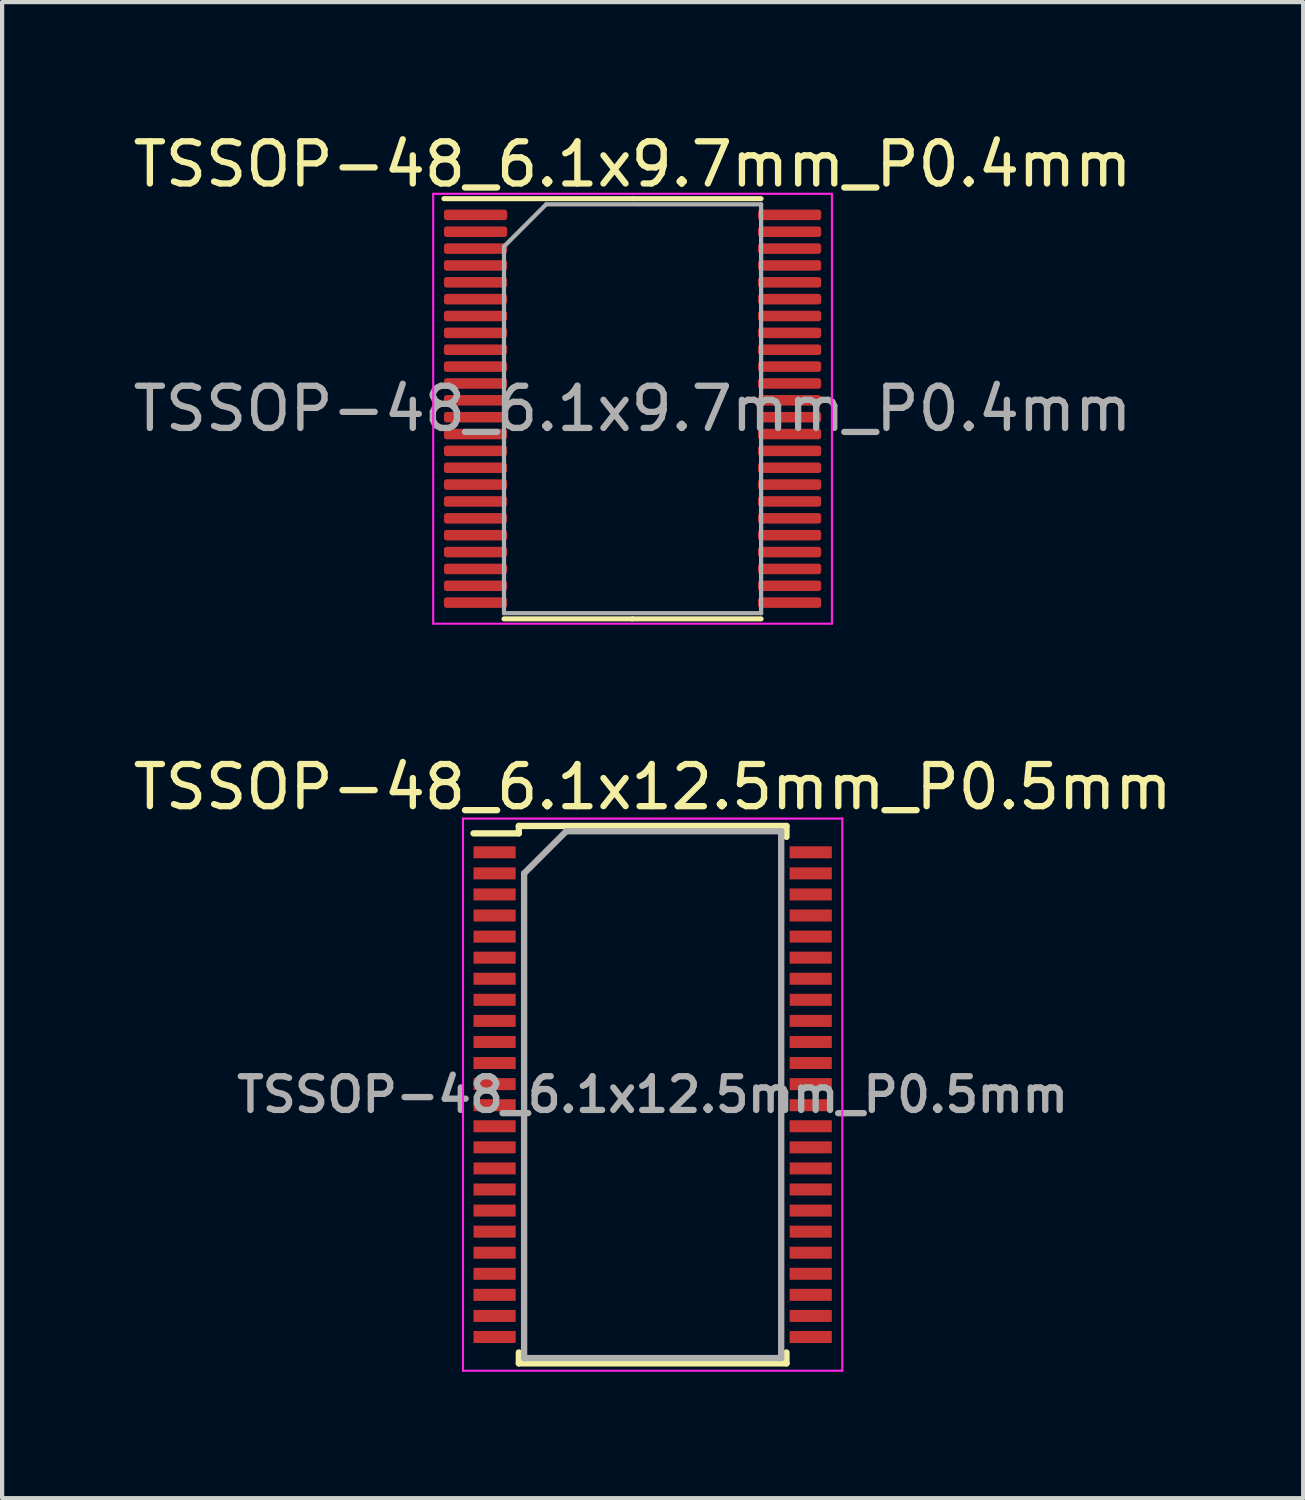
<source format=kicad_pcb>
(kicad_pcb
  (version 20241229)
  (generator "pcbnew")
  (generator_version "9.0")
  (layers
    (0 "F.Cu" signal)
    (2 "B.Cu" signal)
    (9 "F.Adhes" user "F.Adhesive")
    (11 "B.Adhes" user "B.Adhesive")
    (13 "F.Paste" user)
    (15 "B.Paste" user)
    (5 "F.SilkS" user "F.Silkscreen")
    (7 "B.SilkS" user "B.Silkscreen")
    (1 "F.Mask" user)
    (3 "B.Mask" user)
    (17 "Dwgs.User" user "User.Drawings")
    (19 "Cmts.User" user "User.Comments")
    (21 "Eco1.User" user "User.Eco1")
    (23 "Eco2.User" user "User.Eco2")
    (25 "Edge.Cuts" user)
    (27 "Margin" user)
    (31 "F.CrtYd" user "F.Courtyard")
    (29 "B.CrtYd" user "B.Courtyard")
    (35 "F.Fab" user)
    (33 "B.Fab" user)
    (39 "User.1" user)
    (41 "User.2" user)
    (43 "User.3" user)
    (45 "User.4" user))
  (footprint "TSSOP-48_6.1x9.7mm_P0.4mm"
    (layer "F.Cu")
    (at 11.958 6.648)
    (property "Reference" "TSSOP-48_6.1x9.7mm_P0.4mm" (at 0 -5.8 0) (layer "F.SilkS") (effects (font (size 1 1) (thickness 0.15))))
    (attr smd)
    (fp_line (start 0 -4.985) (end -4.475 -4.985) (stroke (width 0.12) (type solid)) (layer "F.SilkS"))
    (fp_line (start 0 -4.985) (end 3.05 -4.985) (stroke (width 0.12) (type solid)) (layer "F.SilkS"))
    (fp_line (start 0 4.985) (end -3.05 4.985) (stroke (width 0.12) (type solid)) (layer "F.SilkS"))
    (fp_line (start 0 4.985) (end 3.05 4.985) (stroke (width 0.12) (type solid)) (layer "F.SilkS"))
    (fp_line (start -4.73 -5.1) (end -4.73 5.1) (stroke (width 0.05) (type solid)) (layer "F.CrtYd"))
    (fp_line (start -4.73 5.1) (end 4.73 5.1) (stroke (width 0.05) (type solid)) (layer "F.CrtYd"))
    (fp_line (start 4.73 -5.1) (end -4.73 -5.1) (stroke (width 0.05) (type solid)) (layer "F.CrtYd"))
    (fp_line (start 4.73 5.1) (end 4.73 -5.1) (stroke (width 0.05) (type solid)) (layer "F.CrtYd"))
    (fp_line (start -3.05 -3.85) (end -2.05 -4.85) (stroke (width 0.1) (type solid)) (layer "F.Fab"))
    (fp_line (start -3.05 4.85) (end -3.05 -3.85) (stroke (width 0.1) (type solid)) (layer "F.Fab"))
    (fp_line (start -2.05 -4.85) (end 3.05 -4.85) (stroke (width 0.1) (type solid)) (layer "F.Fab"))
    (fp_line (start 3.05 -4.85) (end 3.05 4.85) (stroke (width 0.1) (type solid)) (layer "F.Fab"))
    (fp_line (start 3.05 4.85) (end -3.05 4.85) (stroke (width 0.1) (type solid)) (layer "F.Fab"))
    (fp_text user "${REFERENCE}" (at 0 0 0) (layer "F.Fab") (effects (font (size 1 1) (thickness 0.15))))
    (pad "1" smd roundrect (at -3.725 -4.6) (size 1.5 0.25) (layers "F.Cu" "F.Mask" "F.Paste") (roundrect_rratio 0.25))
    (pad "2" smd roundrect (at -3.725 -4.2) (size 1.5 0.25) (layers "F.Cu" "F.Mask" "F.Paste") (roundrect_rratio 0.25))
    (pad "3" smd roundrect (at -3.725 -3.8) (size 1.5 0.25) (layers "F.Cu" "F.Mask" "F.Paste") (roundrect_rratio 0.25))
    (pad "4" smd roundrect (at -3.725 -3.4) (size 1.5 0.25) (layers "F.Cu" "F.Mask" "F.Paste") (roundrect_rratio 0.25))
    (pad "5" smd roundrect (at -3.725 -3) (size 1.5 0.25) (layers "F.Cu" "F.Mask" "F.Paste") (roundrect_rratio 0.25))
    (pad "6" smd roundrect (at -3.725 -2.6) (size 1.5 0.25) (layers "F.Cu" "F.Mask" "F.Paste") (roundrect_rratio 0.25))
    (pad "7" smd roundrect (at -3.725 -2.2) (size 1.5 0.25) (layers "F.Cu" "F.Mask" "F.Paste") (roundrect_rratio 0.25))
    (pad "8" smd roundrect (at -3.725 -1.8) (size 1.5 0.25) (layers "F.Cu" "F.Mask" "F.Paste") (roundrect_rratio 0.25))
    (pad "9" smd roundrect (at -3.725 -1.4) (size 1.5 0.25) (layers "F.Cu" "F.Mask" "F.Paste") (roundrect_rratio 0.25))
    (pad "10" smd roundrect (at -3.725 -1) (size 1.5 0.25) (layers "F.Cu" "F.Mask" "F.Paste") (roundrect_rratio 0.25))
    (pad "11" smd roundrect (at -3.725 -0.6) (size 1.5 0.25) (layers "F.Cu" "F.Mask" "F.Paste") (roundrect_rratio 0.25))
    (pad "12" smd roundrect (at -3.725 -0.2) (size 1.5 0.25) (layers "F.Cu" "F.Mask" "F.Paste") (roundrect_rratio 0.25))
    (pad "13" smd roundrect (at -3.725 0.2) (size 1.5 0.25) (layers "F.Cu" "F.Mask" "F.Paste") (roundrect_rratio 0.25))
    (pad "14" smd roundrect (at -3.725 0.6) (size 1.5 0.25) (layers "F.Cu" "F.Mask" "F.Paste") (roundrect_rratio 0.25))
    (pad "15" smd roundrect (at -3.725 1) (size 1.5 0.25) (layers "F.Cu" "F.Mask" "F.Paste") (roundrect_rratio 0.25))
    (pad "16" smd roundrect (at -3.725 1.4) (size 1.5 0.25) (layers "F.Cu" "F.Mask" "F.Paste") (roundrect_rratio 0.25))
    (pad "17" smd roundrect (at -3.725 1.8) (size 1.5 0.25) (layers "F.Cu" "F.Mask" "F.Paste") (roundrect_rratio 0.25))
    (pad "18" smd roundrect (at -3.725 2.2) (size 1.5 0.25) (layers "F.Cu" "F.Mask" "F.Paste") (roundrect_rratio 0.25))
    (pad "19" smd roundrect (at -3.725 2.6) (size 1.5 0.25) (layers "F.Cu" "F.Mask" "F.Paste") (roundrect_rratio 0.25))
    (pad "20" smd roundrect (at -3.725 3) (size 1.5 0.25) (layers "F.Cu" "F.Mask" "F.Paste") (roundrect_rratio 0.25))
    (pad "21" smd roundrect (at -3.725 3.4) (size 1.5 0.25) (layers "F.Cu" "F.Mask" "F.Paste") (roundrect_rratio 0.25))
    (pad "22" smd roundrect (at -3.725 3.8) (size 1.5 0.25) (layers "F.Cu" "F.Mask" "F.Paste") (roundrect_rratio 0.25))
    (pad "23" smd roundrect (at -3.725 4.2) (size 1.5 0.25) (layers "F.Cu" "F.Mask" "F.Paste") (roundrect_rratio 0.25))
    (pad "24" smd roundrect (at -3.725 4.6) (size 1.5 0.25) (layers "F.Cu" "F.Mask" "F.Paste") (roundrect_rratio 0.25))
    (pad "25" smd roundrect (at 3.725 4.6) (size 1.5 0.25) (layers "F.Cu" "F.Mask" "F.Paste") (roundrect_rratio 0.25))
    (pad "26" smd roundrect (at 3.725 4.2) (size 1.5 0.25) (layers "F.Cu" "F.Mask" "F.Paste") (roundrect_rratio 0.25))
    (pad "27" smd roundrect (at 3.725 3.8) (size 1.5 0.25) (layers "F.Cu" "F.Mask" "F.Paste") (roundrect_rratio 0.25))
    (pad "28" smd roundrect (at 3.725 3.4) (size 1.5 0.25) (layers "F.Cu" "F.Mask" "F.Paste") (roundrect_rratio 0.25))
    (pad "29" smd roundrect (at 3.725 3) (size 1.5 0.25) (layers "F.Cu" "F.Mask" "F.Paste") (roundrect_rratio 0.25))
    (pad "30" smd roundrect (at 3.725 2.6) (size 1.5 0.25) (layers "F.Cu" "F.Mask" "F.Paste") (roundrect_rratio 0.25))
    (pad "31" smd roundrect (at 3.725 2.2) (size 1.5 0.25) (layers "F.Cu" "F.Mask" "F.Paste") (roundrect_rratio 0.25))
    (pad "32" smd roundrect (at 3.725 1.8) (size 1.5 0.25) (layers "F.Cu" "F.Mask" "F.Paste") (roundrect_rratio 0.25))
    (pad "33" smd roundrect (at 3.725 1.4) (size 1.5 0.25) (layers "F.Cu" "F.Mask" "F.Paste") (roundrect_rratio 0.25))
    (pad "34" smd roundrect (at 3.725 1) (size 1.5 0.25) (layers "F.Cu" "F.Mask" "F.Paste") (roundrect_rratio 0.25))
    (pad "35" smd roundrect (at 3.725 0.6) (size 1.5 0.25) (layers "F.Cu" "F.Mask" "F.Paste") (roundrect_rratio 0.25))
    (pad "36" smd roundrect (at 3.725 0.2) (size 1.5 0.25) (layers "F.Cu" "F.Mask" "F.Paste") (roundrect_rratio 0.25))
    (pad "37" smd roundrect (at 3.725 -0.2) (size 1.5 0.25) (layers "F.Cu" "F.Mask" "F.Paste") (roundrect_rratio 0.25))
    (pad "38" smd roundrect (at 3.725 -0.6) (size 1.5 0.25) (layers "F.Cu" "F.Mask" "F.Paste") (roundrect_rratio 0.25))
    (pad "39" smd roundrect (at 3.725 -1) (size 1.5 0.25) (layers "F.Cu" "F.Mask" "F.Paste") (roundrect_rratio 0.25))
    (pad "40" smd roundrect (at 3.725 -1.4) (size 1.5 0.25) (layers "F.Cu" "F.Mask" "F.Paste") (roundrect_rratio 0.25))
    (pad "41" smd roundrect (at 3.725 -1.8) (size 1.5 0.25) (layers "F.Cu" "F.Mask" "F.Paste") (roundrect_rratio 0.25))
    (pad "42" smd roundrect (at 3.725 -2.2) (size 1.5 0.25) (layers "F.Cu" "F.Mask" "F.Paste") (roundrect_rratio 0.25))
    (pad "43" smd roundrect (at 3.725 -2.6) (size 1.5 0.25) (layers "F.Cu" "F.Mask" "F.Paste") (roundrect_rratio 0.25))
    (pad "44" smd roundrect (at 3.725 -3) (size 1.5 0.25) (layers "F.Cu" "F.Mask" "F.Paste") (roundrect_rratio 0.25))
    (pad "45" smd roundrect (at 3.725 -3.4) (size 1.5 0.25) (layers "F.Cu" "F.Mask" "F.Paste") (roundrect_rratio 0.25))
    (pad "46" smd roundrect (at 3.725 -3.8) (size 1.5 0.25) (layers "F.Cu" "F.Mask" "F.Paste") (roundrect_rratio 0.25))
    (pad "47" smd roundrect (at 3.725 -4.2) (size 1.5 0.25) (layers "F.Cu" "F.Mask" "F.Paste") (roundrect_rratio 0.25))
    (pad "48" smd roundrect (at 3.725 -4.6) (size 1.5 0.25) (layers "F.Cu" "F.Mask" "F.Paste") (roundrect_rratio 0.25)))
  (footprint "TSSOP-48_6.1x12.5mm_P0.5mm"
    (layer "F.Cu")
    (at 12.435 22.922)
    (property "Reference" "TSSOP-48_6.1x12.5mm_P0.5mm" (at 0 -7.3 0) (layer "F.SilkS") (effects (font (size 1 1) (thickness 0.15))))
    (attr smd)
    (fp_line (start -3.175 -6.375) (end -3.175 -6.2) (stroke (width 0.15) (type solid)) (layer "F.SilkS"))
    (fp_line (start -3.175 -6.375) (end 3.175 -6.375) (stroke (width 0.15) (type solid)) (layer "F.SilkS"))
    (fp_line (start -3.175 -6.2) (end -4.25 -6.2) (stroke (width 0.15) (type solid)) (layer "F.SilkS"))
    (fp_line (start -3.175 6.375) (end -3.175 6.117) (stroke (width 0.15) (type solid)) (layer "F.SilkS"))
    (fp_line (start -3.175 6.375) (end 3.175 6.375) (stroke (width 0.15) (type solid)) (layer "F.SilkS"))
    (fp_line (start 3.175 -6.375) (end 3.175 -6.117) (stroke (width 0.15) (type solid)) (layer "F.SilkS"))
    (fp_line (start 3.175 6.375) (end 3.175 6.117) (stroke (width 0.15) (type solid)) (layer "F.SilkS"))
    (fp_line (start -4.5 -6.55) (end -4.5 6.55) (stroke (width 0.05) (type solid)) (layer "F.CrtYd"))
    (fp_line (start -4.5 -6.55) (end 4.5 -6.55) (stroke (width 0.05) (type solid)) (layer "F.CrtYd"))
    (fp_line (start -4.5 6.55) (end 4.5 6.55) (stroke (width 0.05) (type solid)) (layer "F.CrtYd"))
    (fp_line (start 4.5 -6.55) (end 4.5 6.55) (stroke (width 0.05) (type solid)) (layer "F.CrtYd"))
    (fp_line (start -3.05 -5.25) (end -2.05 -6.25) (stroke (width 0.15) (type solid)) (layer "F.Fab"))
    (fp_line (start -3.05 6.25) (end -3.05 -5.25) (stroke (width 0.15) (type solid)) (layer "F.Fab"))
    (fp_line (start -2.05 -6.25) (end 3.05 -6.25) (stroke (width 0.15) (type solid)) (layer "F.Fab"))
    (fp_line (start 3.05 -6.25) (end 3.05 6.25) (stroke (width 0.15) (type solid)) (layer "F.Fab"))
    (fp_line (start 3.05 6.25) (end -3.05 6.25) (stroke (width 0.15) (type solid)) (layer "F.Fab"))
    (fp_text user "${REFERENCE}" (at 0 0 0) (layer "F.Fab") (effects (font (size 0.8 0.8) (thickness 0.15))))
    (pad "1" smd rect (at -3.75 -5.75) (size 1 0.285) (layers "F.Cu" "F.Mask" "F.Paste"))
    (pad "2" smd rect (at -3.75 -5.25) (size 1 0.285) (layers "F.Cu" "F.Mask" "F.Paste"))
    (pad "3" smd rect (at -3.75 -4.75) (size 1 0.285) (layers "F.Cu" "F.Mask" "F.Paste"))
    (pad "4" smd rect (at -3.75 -4.25) (size 1 0.285) (layers "F.Cu" "F.Mask" "F.Paste"))
    (pad "5" smd rect (at -3.75 -3.75) (size 1 0.285) (layers "F.Cu" "F.Mask" "F.Paste"))
    (pad "6" smd rect (at -3.75 -3.25) (size 1 0.285) (layers "F.Cu" "F.Mask" "F.Paste"))
    (pad "7" smd rect (at -3.75 -2.75) (size 1 0.285) (layers "F.Cu" "F.Mask" "F.Paste"))
    (pad "8" smd rect (at -3.75 -2.25) (size 1 0.285) (layers "F.Cu" "F.Mask" "F.Paste"))
    (pad "9" smd rect (at -3.75 -1.75) (size 1 0.285) (layers "F.Cu" "F.Mask" "F.Paste"))
    (pad "10" smd rect (at -3.75 -1.25) (size 1 0.285) (layers "F.Cu" "F.Mask" "F.Paste"))
    (pad "11" smd rect (at -3.75 -0.75) (size 1 0.285) (layers "F.Cu" "F.Mask" "F.Paste"))
    (pad "12" smd rect (at -3.75 -0.25) (size 1 0.285) (layers "F.Cu" "F.Mask" "F.Paste"))
    (pad "13" smd rect (at -3.75 0.25) (size 1 0.285) (layers "F.Cu" "F.Mask" "F.Paste"))
    (pad "14" smd rect (at -3.75 0.75) (size 1 0.285) (layers "F.Cu" "F.Mask" "F.Paste"))
    (pad "15" smd rect (at -3.75 1.25) (size 1 0.285) (layers "F.Cu" "F.Mask" "F.Paste"))
    (pad "16" smd rect (at -3.75 1.75) (size 1 0.285) (layers "F.Cu" "F.Mask" "F.Paste"))
    (pad "17" smd rect (at -3.75 2.25) (size 1 0.285) (layers "F.Cu" "F.Mask" "F.Paste"))
    (pad "18" smd rect (at -3.75 2.75) (size 1 0.285) (layers "F.Cu" "F.Mask" "F.Paste"))
    (pad "19" smd rect (at -3.75 3.25) (size 1 0.285) (layers "F.Cu" "F.Mask" "F.Paste"))
    (pad "20" smd rect (at -3.75 3.75) (size 1 0.285) (layers "F.Cu" "F.Mask" "F.Paste"))
    (pad "21" smd rect (at -3.75 4.25) (size 1 0.285) (layers "F.Cu" "F.Mask" "F.Paste"))
    (pad "22" smd rect (at -3.75 4.75) (size 1 0.285) (layers "F.Cu" "F.Mask" "F.Paste"))
    (pad "23" smd rect (at -3.75 5.25) (size 1 0.285) (layers "F.Cu" "F.Mask" "F.Paste"))
    (pad "24" smd rect (at -3.75 5.75) (size 1 0.285) (layers "F.Cu" "F.Mask" "F.Paste"))
    (pad "25" smd rect (at 3.75 5.75) (size 1 0.285) (layers "F.Cu" "F.Mask" "F.Paste"))
    (pad "26" smd rect (at 3.75 5.25) (size 1 0.285) (layers "F.Cu" "F.Mask" "F.Paste"))
    (pad "27" smd rect (at 3.75 4.75) (size 1 0.285) (layers "F.Cu" "F.Mask" "F.Paste"))
    (pad "28" smd rect (at 3.75 4.25) (size 1 0.285) (layers "F.Cu" "F.Mask" "F.Paste"))
    (pad "29" smd rect (at 3.75 3.75) (size 1 0.285) (layers "F.Cu" "F.Mask" "F.Paste"))
    (pad "30" smd rect (at 3.75 3.25) (size 1 0.285) (layers "F.Cu" "F.Mask" "F.Paste"))
    (pad "31" smd rect (at 3.75 2.75) (size 1 0.285) (layers "F.Cu" "F.Mask" "F.Paste"))
    (pad "32" smd rect (at 3.75 2.25) (size 1 0.285) (layers "F.Cu" "F.Mask" "F.Paste"))
    (pad "33" smd rect (at 3.75 1.75) (size 1 0.285) (layers "F.Cu" "F.Mask" "F.Paste"))
    (pad "34" smd rect (at 3.75 1.25) (size 1 0.285) (layers "F.Cu" "F.Mask" "F.Paste"))
    (pad "35" smd rect (at 3.75 0.75) (size 1 0.285) (layers "F.Cu" "F.Mask" "F.Paste"))
    (pad "36" smd rect (at 3.75 0.25) (size 1 0.285) (layers "F.Cu" "F.Mask" "F.Paste"))
    (pad "37" smd rect (at 3.75 -0.25) (size 1 0.285) (layers "F.Cu" "F.Mask" "F.Paste"))
    (pad "38" smd rect (at 3.75 -0.75) (size 1 0.285) (layers "F.Cu" "F.Mask" "F.Paste"))
    (pad "39" smd rect (at 3.75 -1.25) (size 1 0.285) (layers "F.Cu" "F.Mask" "F.Paste"))
    (pad "40" smd rect (at 3.75 -1.75) (size 1 0.285) (layers "F.Cu" "F.Mask" "F.Paste"))
    (pad "41" smd rect (at 3.75 -2.25) (size 1 0.285) (layers "F.Cu" "F.Mask" "F.Paste"))
    (pad "42" smd rect (at 3.75 -2.75) (size 1 0.285) (layers "F.Cu" "F.Mask" "F.Paste"))
    (pad "43" smd rect (at 3.75 -3.25) (size 1 0.285) (layers "F.Cu" "F.Mask" "F.Paste"))
    (pad "44" smd rect (at 3.75 -3.75) (size 1 0.285) (layers "F.Cu" "F.Mask" "F.Paste"))
    (pad "45" smd rect (at 3.75 -4.25) (size 1 0.285) (layers "F.Cu" "F.Mask" "F.Paste"))
    (pad "46" smd rect (at 3.75 -4.75) (size 1 0.285) (layers "F.Cu" "F.Mask" "F.Paste"))
    (pad "47" smd rect (at 3.75 -5.25) (size 1 0.285) (layers "F.Cu" "F.Mask" "F.Paste"))
    (pad "48" smd rect (at 3.75 -5.75) (size 1 0.285) (layers "F.Cu" "F.Mask" "F.Paste")))
  (gr_rect
    (start -3 -3)
    (end 27.869 32.496)
    (stroke (width 0.1) (type default))
    (fill no)
    (layer "Edge.Cuts")))
</source>
